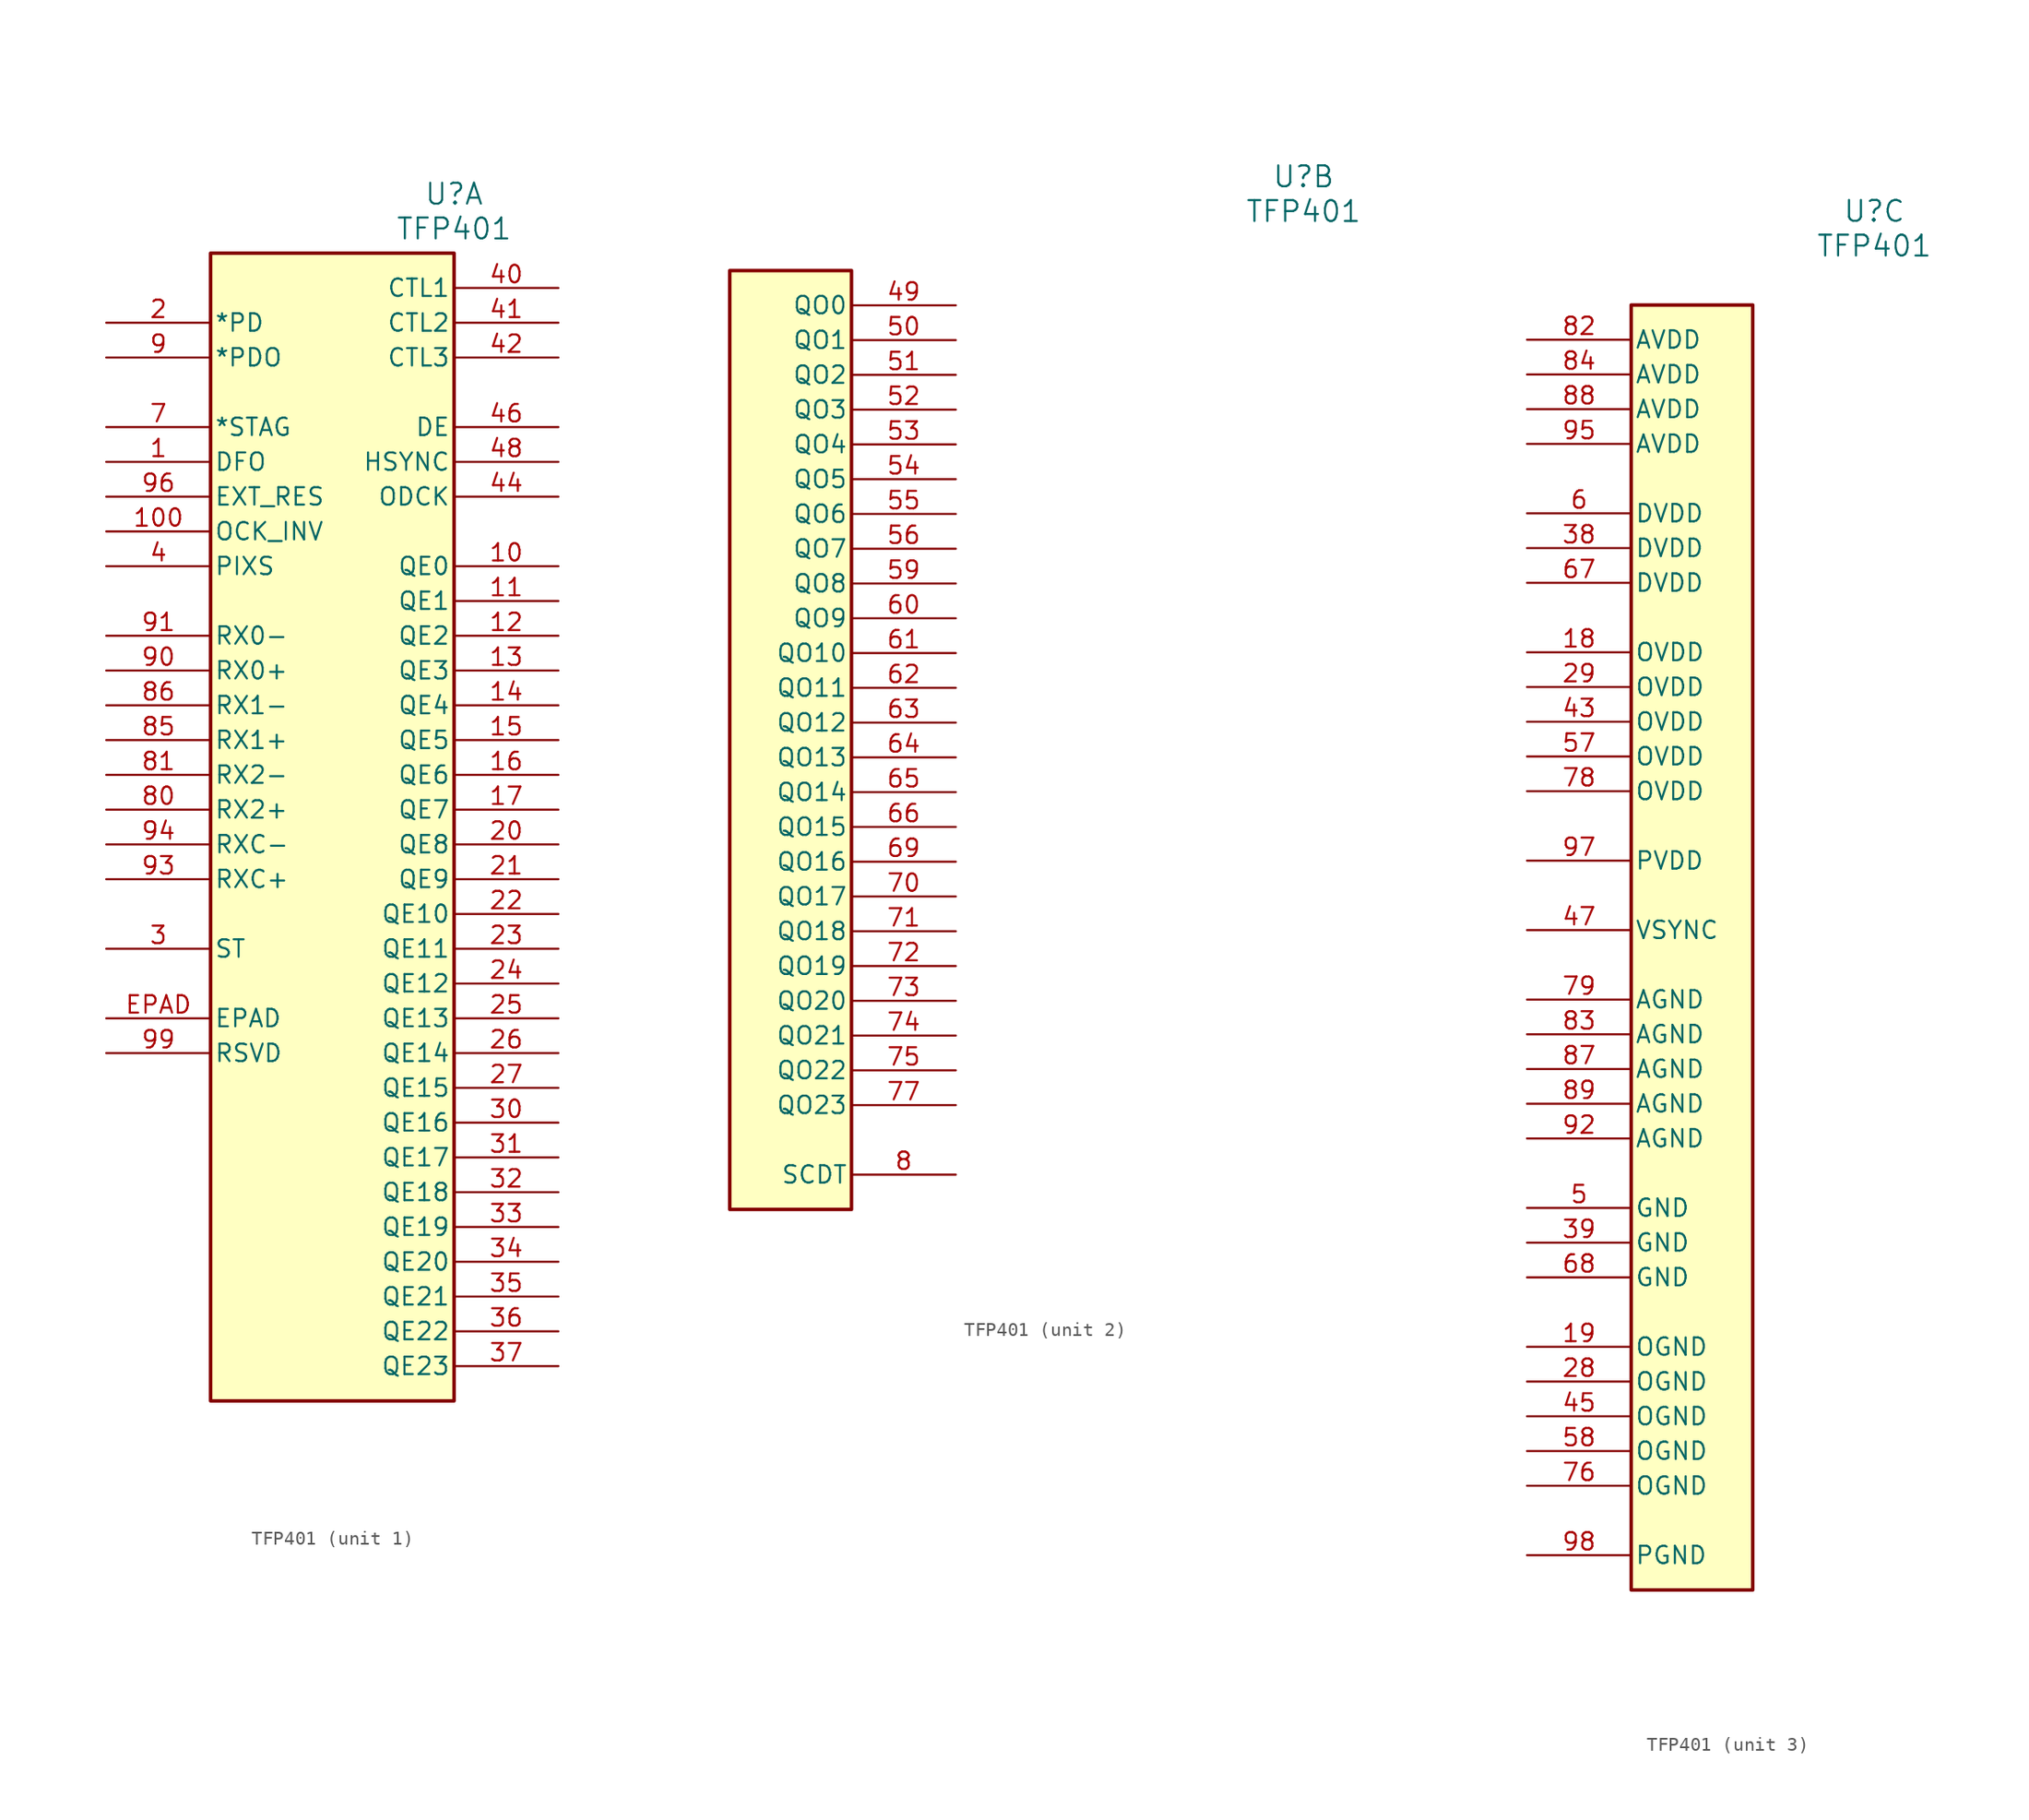
<source format=kicad_sym>
(kicad_symbol_lib
  (version 20231120)
  (generator "kicad_symbol_editor")
  (generator_version "8.0")
  (symbol "TFP401"
    (pin_names
      (offset 0.254))
    (property "Reference" "U"
      (at 25.4 9.398 0)
      (effects (font (size 1.524 1.524))))
    (property "Value" "TFP401"
      (at 25.4 6.858 0)
      (effects (font (size 1.524 1.524))))
    (property "ki_locked" ""
      (at 0 0 0)
      (effects (font (size 1.27 1.27))))
    (symbol "TFP401_1_1"
      (rectangle (start 7.62 5.08) (end 25.4 -78.74) (stroke (width 0.254) (type default)) (fill (type background)))
      (pin input line (at 0 -10.16 0) (length 7.62) (name "DFO" (effects (font (size 1.27 1.27)))) (number "1" (effects (font (size 1.27 1.27)))))
      (pin output line (at 33.02 -17.78 180) (length 7.62) (name "QE0" (effects (font (size 1.27 1.27)))) (number "10" (effects (font (size 1.27 1.27)))))
      (pin input line (at 0 -15.24 0) (length 7.62) (name "OCK_INV" (effects (font (size 1.27 1.27)))) (number "100" (effects (font (size 1.27 1.27)))))
      (pin output line (at 33.02 -20.32 180) (length 7.62) (name "QE1" (effects (font (size 1.27 1.27)))) (number "11" (effects (font (size 1.27 1.27)))))
      (pin output line (at 33.02 -22.86 180) (length 7.62) (name "QE2" (effects (font (size 1.27 1.27)))) (number "12" (effects (font (size 1.27 1.27)))))
      (pin output line (at 33.02 -25.4 180) (length 7.62) (name "QE3" (effects (font (size 1.27 1.27)))) (number "13" (effects (font (size 1.27 1.27)))))
      (pin output line (at 33.02 -27.94 180) (length 7.62) (name "QE4" (effects (font (size 1.27 1.27)))) (number "14" (effects (font (size 1.27 1.27)))))
      (pin output line (at 33.02 -30.48 180) (length 7.62) (name "QE5" (effects (font (size 1.27 1.27)))) (number "15" (effects (font (size 1.27 1.27)))))
      (pin output line (at 33.02 -33.02 180) (length 7.62) (name "QE6" (effects (font (size 1.27 1.27)))) (number "16" (effects (font (size 1.27 1.27)))))
      (pin output line (at 33.02 -35.56 180) (length 7.62) (name "QE7" (effects (font (size 1.27 1.27)))) (number "17" (effects (font (size 1.27 1.27)))))
      (pin input line (at 0 0 0) (length 7.62) (name "*PD" (effects (font (size 1.27 1.27)))) (number "2" (effects (font (size 1.27 1.27)))))
      (pin output line (at 33.02 -38.1 180) (length 7.62) (name "QE8" (effects (font (size 1.27 1.27)))) (number "20" (effects (font (size 1.27 1.27)))))
      (pin output line (at 33.02 -40.64 180) (length 7.62) (name "QE9" (effects (font (size 1.27 1.27)))) (number "21" (effects (font (size 1.27 1.27)))))
      (pin output line (at 33.02 -43.18 180) (length 7.62) (name "QE10" (effects (font (size 1.27 1.27)))) (number "22" (effects (font (size 1.27 1.27)))))
      (pin output line (at 33.02 -45.72 180) (length 7.62) (name "QE11" (effects (font (size 1.27 1.27)))) (number "23" (effects (font (size 1.27 1.27)))))
      (pin output line (at 33.02 -48.26 180) (length 7.62) (name "QE12" (effects (font (size 1.27 1.27)))) (number "24" (effects (font (size 1.27 1.27)))))
      (pin output line (at 33.02 -50.8 180) (length 7.62) (name "QE13" (effects (font (size 1.27 1.27)))) (number "25" (effects (font (size 1.27 1.27)))))
      (pin output line (at 33.02 -53.34 180) (length 7.62) (name "QE14" (effects (font (size 1.27 1.27)))) (number "26" (effects (font (size 1.27 1.27)))))
      (pin output line (at 33.02 -55.88 180) (length 7.62) (name "QE15" (effects (font (size 1.27 1.27)))) (number "27" (effects (font (size 1.27 1.27)))))
      (pin input line (at 0 -45.72 0) (length 7.62) (name "ST" (effects (font (size 1.27 1.27)))) (number "3" (effects (font (size 1.27 1.27)))))
      (pin output line (at 33.02 -58.42 180) (length 7.62) (name "QE16" (effects (font (size 1.27 1.27)))) (number "30" (effects (font (size 1.27 1.27)))))
      (pin output line (at 33.02 -60.96 180) (length 7.62) (name "QE17" (effects (font (size 1.27 1.27)))) (number "31" (effects (font (size 1.27 1.27)))))
      (pin output line (at 33.02 -63.5 180) (length 7.62) (name "QE18" (effects (font (size 1.27 1.27)))) (number "32" (effects (font (size 1.27 1.27)))))
      (pin output line (at 33.02 -66.04 180) (length 7.62) (name "QE19" (effects (font (size 1.27 1.27)))) (number "33" (effects (font (size 1.27 1.27)))))
      (pin output line (at 33.02 -68.58 180) (length 7.62) (name "QE20" (effects (font (size 1.27 1.27)))) (number "34" (effects (font (size 1.27 1.27)))))
      (pin output line (at 33.02 -71.12 180) (length 7.62) (name "QE21" (effects (font (size 1.27 1.27)))) (number "35" (effects (font (size 1.27 1.27)))))
      (pin output line (at 33.02 -73.66 180) (length 7.62) (name "QE22" (effects (font (size 1.27 1.27)))) (number "36" (effects (font (size 1.27 1.27)))))
      (pin output line (at 33.02 -76.2 180) (length 7.62) (name "QE23" (effects (font (size 1.27 1.27)))) (number "37" (effects (font (size 1.27 1.27)))))
      (pin input line (at 0 -17.78 0) (length 7.62) (name "PIXS" (effects (font (size 1.27 1.27)))) (number "4" (effects (font (size 1.27 1.27)))))
      (pin output line (at 33.02 2.54 180) (length 7.62) (name "CTL1" (effects (font (size 1.27 1.27)))) (number "40" (effects (font (size 1.27 1.27)))))
      (pin output line (at 33.02 0 180) (length 7.62) (name "CTL2" (effects (font (size 1.27 1.27)))) (number "41" (effects (font (size 1.27 1.27)))))
      (pin output line (at 33.02 -2.54 180) (length 7.62) (name "CTL3" (effects (font (size 1.27 1.27)))) (number "42" (effects (font (size 1.27 1.27)))))
      (pin output line (at 33.02 -12.7 180) (length 7.62) (name "ODCK" (effects (font (size 1.27 1.27)))) (number "44" (effects (font (size 1.27 1.27)))))
      (pin output line (at 33.02 -7.62 180) (length 7.62) (name "DE" (effects (font (size 1.27 1.27)))) (number "46" (effects (font (size 1.27 1.27)))))
      (pin output line (at 33.02 -10.16 180) (length 7.62) (name "HSYNC" (effects (font (size 1.27 1.27)))) (number "48" (effects (font (size 1.27 1.27)))))
      (pin input line (at 0 -7.62 0) (length 7.62) (name "*STAG" (effects (font (size 1.27 1.27)))) (number "7" (effects (font (size 1.27 1.27)))))
      (pin input line (at 0 -35.56 0) (length 7.62) (name "RX2+" (effects (font (size 1.27 1.27)))) (number "80" (effects (font (size 1.27 1.27)))))
      (pin input line (at 0 -33.02 0) (length 7.62) (name "RX2-" (effects (font (size 1.27 1.27)))) (number "81" (effects (font (size 1.27 1.27)))))
      (pin input line (at 0 -30.48 0) (length 7.62) (name "RX1+" (effects (font (size 1.27 1.27)))) (number "85" (effects (font (size 1.27 1.27)))))
      (pin input line (at 0 -27.94 0) (length 7.62) (name "RX1-" (effects (font (size 1.27 1.27)))) (number "86" (effects (font (size 1.27 1.27)))))
      (pin input line (at 0 -2.54 0) (length 7.62) (name "*PDO" (effects (font (size 1.27 1.27)))) (number "9" (effects (font (size 1.27 1.27)))))
      (pin input line (at 0 -25.4 0) (length 7.62) (name "RX0+" (effects (font (size 1.27 1.27)))) (number "90" (effects (font (size 1.27 1.27)))))
      (pin input line (at 0 -22.86 0) (length 7.62) (name "RX0-" (effects (font (size 1.27 1.27)))) (number "91" (effects (font (size 1.27 1.27)))))
      (pin input line (at 0 -40.64 0) (length 7.62) (name "RXC+" (effects (font (size 1.27 1.27)))) (number "93" (effects (font (size 1.27 1.27)))))
      (pin input line (at 0 -38.1 0) (length 7.62) (name "RXC-" (effects (font (size 1.27 1.27)))) (number "94" (effects (font (size 1.27 1.27)))))
      (pin input line (at 0 -12.7 0) (length 7.62) (name "EXT_RES" (effects (font (size 1.27 1.27)))) (number "96" (effects (font (size 1.27 1.27)))))
      (pin unspecified line (at 0 -53.34 0) (length 7.62) (name "RSVD" (effects (font (size 1.27 1.27)))) (number "99" (effects (font (size 1.27 1.27)))))
      (pin unspecified line (at 0 -50.8 0) (length 7.62) (name "EPAD" (effects (font (size 1.27 1.27)))) (number "EPAD" (effects (font (size 1.27 1.27))))))
    (symbol "TFP401_2_1"
      (rectangle (start -16.51 2.54) (end -7.62 -66.04) (stroke (width 0.254) (type default)) (fill (type background)))
      (pin output line (at 0 0 180) (length 7.62) (name "QO0" (effects (font (size 1.27 1.27)))) (number "49" (effects (font (size 1.27 1.27)))))
      (pin output line (at 0 -2.54 180) (length 7.62) (name "QO1" (effects (font (size 1.27 1.27)))) (number "50" (effects (font (size 1.27 1.27)))))
      (pin output line (at 0 -5.08 180) (length 7.62) (name "QO2" (effects (font (size 1.27 1.27)))) (number "51" (effects (font (size 1.27 1.27)))))
      (pin output line (at 0 -7.62 180) (length 7.62) (name "QO3" (effects (font (size 1.27 1.27)))) (number "52" (effects (font (size 1.27 1.27)))))
      (pin output line (at 0 -10.16 180) (length 7.62) (name "QO4" (effects (font (size 1.27 1.27)))) (number "53" (effects (font (size 1.27 1.27)))))
      (pin output line (at 0 -12.7 180) (length 7.62) (name "QO5" (effects (font (size 1.27 1.27)))) (number "54" (effects (font (size 1.27 1.27)))))
      (pin output line (at 0 -15.24 180) (length 7.62) (name "QO6" (effects (font (size 1.27 1.27)))) (number "55" (effects (font (size 1.27 1.27)))))
      (pin output line (at 0 -17.78 180) (length 7.62) (name "QO7" (effects (font (size 1.27 1.27)))) (number "56" (effects (font (size 1.27 1.27)))))
      (pin output line (at 0 -20.32 180) (length 7.62) (name "QO8" (effects (font (size 1.27 1.27)))) (number "59" (effects (font (size 1.27 1.27)))))
      (pin output line (at 0 -22.86 180) (length 7.62) (name "QO9" (effects (font (size 1.27 1.27)))) (number "60" (effects (font (size 1.27 1.27)))))
      (pin output line (at 0 -25.4 180) (length 7.62) (name "QO10" (effects (font (size 1.27 1.27)))) (number "61" (effects (font (size 1.27 1.27)))))
      (pin output line (at 0 -27.94 180) (length 7.62) (name "QO11" (effects (font (size 1.27 1.27)))) (number "62" (effects (font (size 1.27 1.27)))))
      (pin output line (at 0 -30.48 180) (length 7.62) (name "QO12" (effects (font (size 1.27 1.27)))) (number "63" (effects (font (size 1.27 1.27)))))
      (pin output line (at 0 -33.02 180) (length 7.62) (name "QO13" (effects (font (size 1.27 1.27)))) (number "64" (effects (font (size 1.27 1.27)))))
      (pin output line (at 0 -35.56 180) (length 7.62) (name "QO14" (effects (font (size 1.27 1.27)))) (number "65" (effects (font (size 1.27 1.27)))))
      (pin output line (at 0 -38.1 180) (length 7.62) (name "QO15" (effects (font (size 1.27 1.27)))) (number "66" (effects (font (size 1.27 1.27)))))
      (pin output line (at 0 -40.64 180) (length 7.62) (name "QO16" (effects (font (size 1.27 1.27)))) (number "69" (effects (font (size 1.27 1.27)))))
      (pin output line (at 0 -43.18 180) (length 7.62) (name "QO17" (effects (font (size 1.27 1.27)))) (number "70" (effects (font (size 1.27 1.27)))))
      (pin output line (at 0 -45.72 180) (length 7.62) (name "QO18" (effects (font (size 1.27 1.27)))) (number "71" (effects (font (size 1.27 1.27)))))
      (pin output line (at 0 -48.26 180) (length 7.62) (name "QO19" (effects (font (size 1.27 1.27)))) (number "72" (effects (font (size 1.27 1.27)))))
      (pin output line (at 0 -50.8 180) (length 7.62) (name "QO20" (effects (font (size 1.27 1.27)))) (number "73" (effects (font (size 1.27 1.27)))))
      (pin output line (at 0 -53.34 180) (length 7.62) (name "QO21" (effects (font (size 1.27 1.27)))) (number "74" (effects (font (size 1.27 1.27)))))
      (pin output line (at 0 -55.88 180) (length 7.62) (name "QO22" (effects (font (size 1.27 1.27)))) (number "75" (effects (font (size 1.27 1.27)))))
      (pin output line (at 0 -58.42 180) (length 7.62) (name "QO23" (effects (font (size 1.27 1.27)))) (number "77" (effects (font (size 1.27 1.27)))))
      (pin output line (at 0 -63.5 180) (length 7.62) (name "SCDT" (effects (font (size 1.27 1.27)))) (number "8" (effects (font (size 1.27 1.27))))))
    (symbol "TFP401_3_1"
      (rectangle (start 7.62 2.54) (end 16.51 -91.44) (stroke (width 0.254) (type default)) (fill (type background)))
      (pin power_in line (at 0 -22.86 0) (length 7.62) (name "OVDD" (effects (font (size 1.27 1.27)))) (number "18" (effects (font (size 1.27 1.27)))))
      (pin power_in line (at 0 -73.66 0) (length 7.62) (name "OGND" (effects (font (size 1.27 1.27)))) (number "19" (effects (font (size 1.27 1.27)))))
      (pin power_in line (at 0 -76.2 0) (length 7.62) (name "OGND" (effects (font (size 1.27 1.27)))) (number "28" (effects (font (size 1.27 1.27)))))
      (pin power_in line (at 0 -25.4 0) (length 7.62) (name "OVDD" (effects (font (size 1.27 1.27)))) (number "29" (effects (font (size 1.27 1.27)))))
      (pin power_in line (at 0 -15.24 0) (length 7.62) (name "DVDD" (effects (font (size 1.27 1.27)))) (number "38" (effects (font (size 1.27 1.27)))))
      (pin power_in line (at 0 -66.04 0) (length 7.62) (name "GND" (effects (font (size 1.27 1.27)))) (number "39" (effects (font (size 1.27 1.27)))))
      (pin power_in line (at 0 -27.94 0) (length 7.62) (name "OVDD" (effects (font (size 1.27 1.27)))) (number "43" (effects (font (size 1.27 1.27)))))
      (pin power_in line (at 0 -78.74 0) (length 7.62) (name "OGND" (effects (font (size 1.27 1.27)))) (number "45" (effects (font (size 1.27 1.27)))))
      (pin power_in line (at 0 -43.18 0) (length 7.62) (name "VSYNC" (effects (font (size 1.27 1.27)))) (number "47" (effects (font (size 1.27 1.27)))))
      (pin power_in line (at 0 -63.5 0) (length 7.62) (name "GND" (effects (font (size 1.27 1.27)))) (number "5" (effects (font (size 1.27 1.27)))))
      (pin power_in line (at 0 -30.48 0) (length 7.62) (name "OVDD" (effects (font (size 1.27 1.27)))) (number "57" (effects (font (size 1.27 1.27)))))
      (pin power_in line (at 0 -81.28 0) (length 7.62) (name "OGND" (effects (font (size 1.27 1.27)))) (number "58" (effects (font (size 1.27 1.27)))))
      (pin power_in line (at 0 -12.7 0) (length 7.62) (name "DVDD" (effects (font (size 1.27 1.27)))) (number "6" (effects (font (size 1.27 1.27)))))
      (pin power_in line (at 0 -17.78 0) (length 7.62) (name "DVDD" (effects (font (size 1.27 1.27)))) (number "67" (effects (font (size 1.27 1.27)))))
      (pin power_in line (at 0 -68.58 0) (length 7.62) (name "GND" (effects (font (size 1.27 1.27)))) (number "68" (effects (font (size 1.27 1.27)))))
      (pin power_in line (at 0 -83.82 0) (length 7.62) (name "OGND" (effects (font (size 1.27 1.27)))) (number "76" (effects (font (size 1.27 1.27)))))
      (pin power_in line (at 0 -33.02 0) (length 7.62) (name "OVDD" (effects (font (size 1.27 1.27)))) (number "78" (effects (font (size 1.27 1.27)))))
      (pin power_in line (at 0 -48.26 0) (length 7.62) (name "AGND" (effects (font (size 1.27 1.27)))) (number "79" (effects (font (size 1.27 1.27)))))
      (pin power_in line (at 0 0 0) (length 7.62) (name "AVDD" (effects (font (size 1.27 1.27)))) (number "82" (effects (font (size 1.27 1.27)))))
      (pin power_in line (at 0 -50.8 0) (length 7.62) (name "AGND" (effects (font (size 1.27 1.27)))) (number "83" (effects (font (size 1.27 1.27)))))
      (pin power_in line (at 0 -2.54 0) (length 7.62) (name "AVDD" (effects (font (size 1.27 1.27)))) (number "84" (effects (font (size 1.27 1.27)))))
      (pin power_in line (at 0 -53.34 0) (length 7.62) (name "AGND" (effects (font (size 1.27 1.27)))) (number "87" (effects (font (size 1.27 1.27)))))
      (pin power_in line (at 0 -5.08 0) (length 7.62) (name "AVDD" (effects (font (size 1.27 1.27)))) (number "88" (effects (font (size 1.27 1.27)))))
      (pin power_in line (at 0 -55.88 0) (length 7.62) (name "AGND" (effects (font (size 1.27 1.27)))) (number "89" (effects (font (size 1.27 1.27)))))
      (pin power_in line (at 0 -58.42 0) (length 7.62) (name "AGND" (effects (font (size 1.27 1.27)))) (number "92" (effects (font (size 1.27 1.27)))))
      (pin power_in line (at 0 -7.62 0) (length 7.62) (name "AVDD" (effects (font (size 1.27 1.27)))) (number "95" (effects (font (size 1.27 1.27)))))
      (pin power_in line (at 0 -38.1 0) (length 7.62) (name "PVDD" (effects (font (size 1.27 1.27)))) (number "97" (effects (font (size 1.27 1.27)))))
      (pin power_in line (at 0 -88.9 0) (length 7.62) (name "PGND" (effects (font (size 1.27 1.27)))) (number "98" (effects (font (size 1.27 1.27))))))))
</source>
